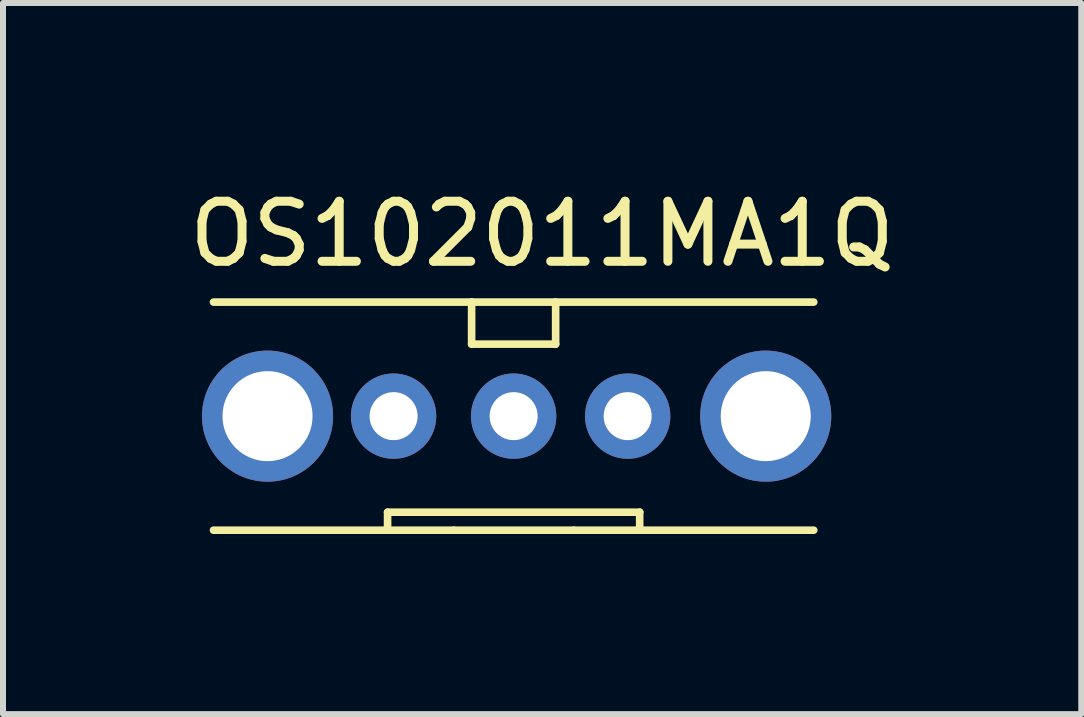
<source format=kicad_pcb>
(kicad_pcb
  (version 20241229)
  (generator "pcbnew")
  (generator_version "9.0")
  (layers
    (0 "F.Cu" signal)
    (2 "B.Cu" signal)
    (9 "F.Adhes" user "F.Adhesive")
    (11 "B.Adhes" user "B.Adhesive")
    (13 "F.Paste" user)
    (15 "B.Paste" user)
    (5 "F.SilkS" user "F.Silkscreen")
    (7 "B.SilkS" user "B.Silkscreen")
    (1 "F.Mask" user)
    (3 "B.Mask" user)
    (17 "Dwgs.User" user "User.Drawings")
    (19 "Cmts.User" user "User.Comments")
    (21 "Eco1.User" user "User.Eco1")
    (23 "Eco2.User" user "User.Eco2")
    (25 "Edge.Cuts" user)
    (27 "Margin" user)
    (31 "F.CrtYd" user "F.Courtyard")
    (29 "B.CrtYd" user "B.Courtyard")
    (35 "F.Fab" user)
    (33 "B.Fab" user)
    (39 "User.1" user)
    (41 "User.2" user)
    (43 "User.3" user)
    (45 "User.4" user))
  (footprint "OS102011MA1Q"
    (layer "F.Cu")
    (at 5.507 3.883)
    (property "Reference" "OS102011MA1Q" (at 0.475 -3.035 0) (layer "F.SilkS") (effects (font (size 1 1) (thickness 0.15))))
    (attr through_hole)
    (fp_line (start -5 -1.9) (end -0.7 -1.9) (stroke (width 0.127) (type solid)) (layer "F.SilkS"))
    (fp_line (start -2.1 1.6) (end 2.1 1.6) (stroke (width 0.127) (type solid)) (layer "F.SilkS"))
    (fp_line (start -2.1 1.9) (end -5 1.9) (stroke (width 0.127) (type solid)) (layer "F.SilkS"))
    (fp_line (start -2.1 1.9) (end -2.1 1.6) (stroke (width 0.127) (type solid)) (layer "F.SilkS"))
    (fp_line (start -1 1.9) (end -2.1 1.9) (stroke (width 0.127) (type solid)) (layer "F.SilkS"))
    (fp_line (start -0.7 -1.9) (end -0.7 -1.2) (stroke (width 0.127) (type solid)) (layer "F.SilkS"))
    (fp_line (start -0.7 -1.9) (end 0.7 -1.9) (stroke (width 0.127) (type solid)) (layer "F.SilkS"))
    (fp_line (start -0.7 -1.2) (end 0.7 -1.2) (stroke (width 0.127) (type solid)) (layer "F.SilkS"))
    (fp_line (start 0.7 -1.9) (end 5 -1.9) (stroke (width 0.127) (type solid)) (layer "F.SilkS"))
    (fp_line (start 0.7 -1.2) (end 0.7 -1.9) (stroke (width 0.127) (type solid)) (layer "F.SilkS"))
    (fp_line (start 1 1.9) (end -1 1.9) (stroke (width 0.127) (type solid)) (layer "F.SilkS"))
    (fp_line (start 2.1 1.6) (end 2.1 1.9) (stroke (width 0.127) (type solid)) (layer "F.SilkS"))
    (fp_line (start 2.1 1.9) (end 1 1.9) (stroke (width 0.127) (type solid)) (layer "F.SilkS"))
    (fp_line (start 5 1.9) (end 2.1 1.9) (stroke (width 0.127) (type solid)) (layer "F.SilkS"))
    (pad "" np_thru_hole circle (at -4.1 0) (size 2.184 2.184) (drill 1.5) (layers "*.Cu" "*.Mask"))
    (pad "" np_thru_hole circle (at 4.2 0) (size 2.184 2.184) (drill 1.5) (layers "*.Cu" "*.Mask"))
    (pad "1" thru_hole circle (at -2 0) (size 1.422 1.422) (drill 0.8) (layers "*.Cu" "*.Mask"))
    (pad "2" thru_hole circle (at 0 0) (size 1.422 1.422) (drill 0.8) (layers "*.Cu" "*.Mask"))
    (pad "3" thru_hole circle (at 1.9 0) (size 1.422 1.422) (drill 0.8) (layers "*.Cu" "*.Mask")))
  (gr_rect
    (start -3 -3)
    (end 14.964 8.847)
    (stroke (width 0.1) (type default))
    (fill no)
    (layer "Edge.Cuts")))
</source>
